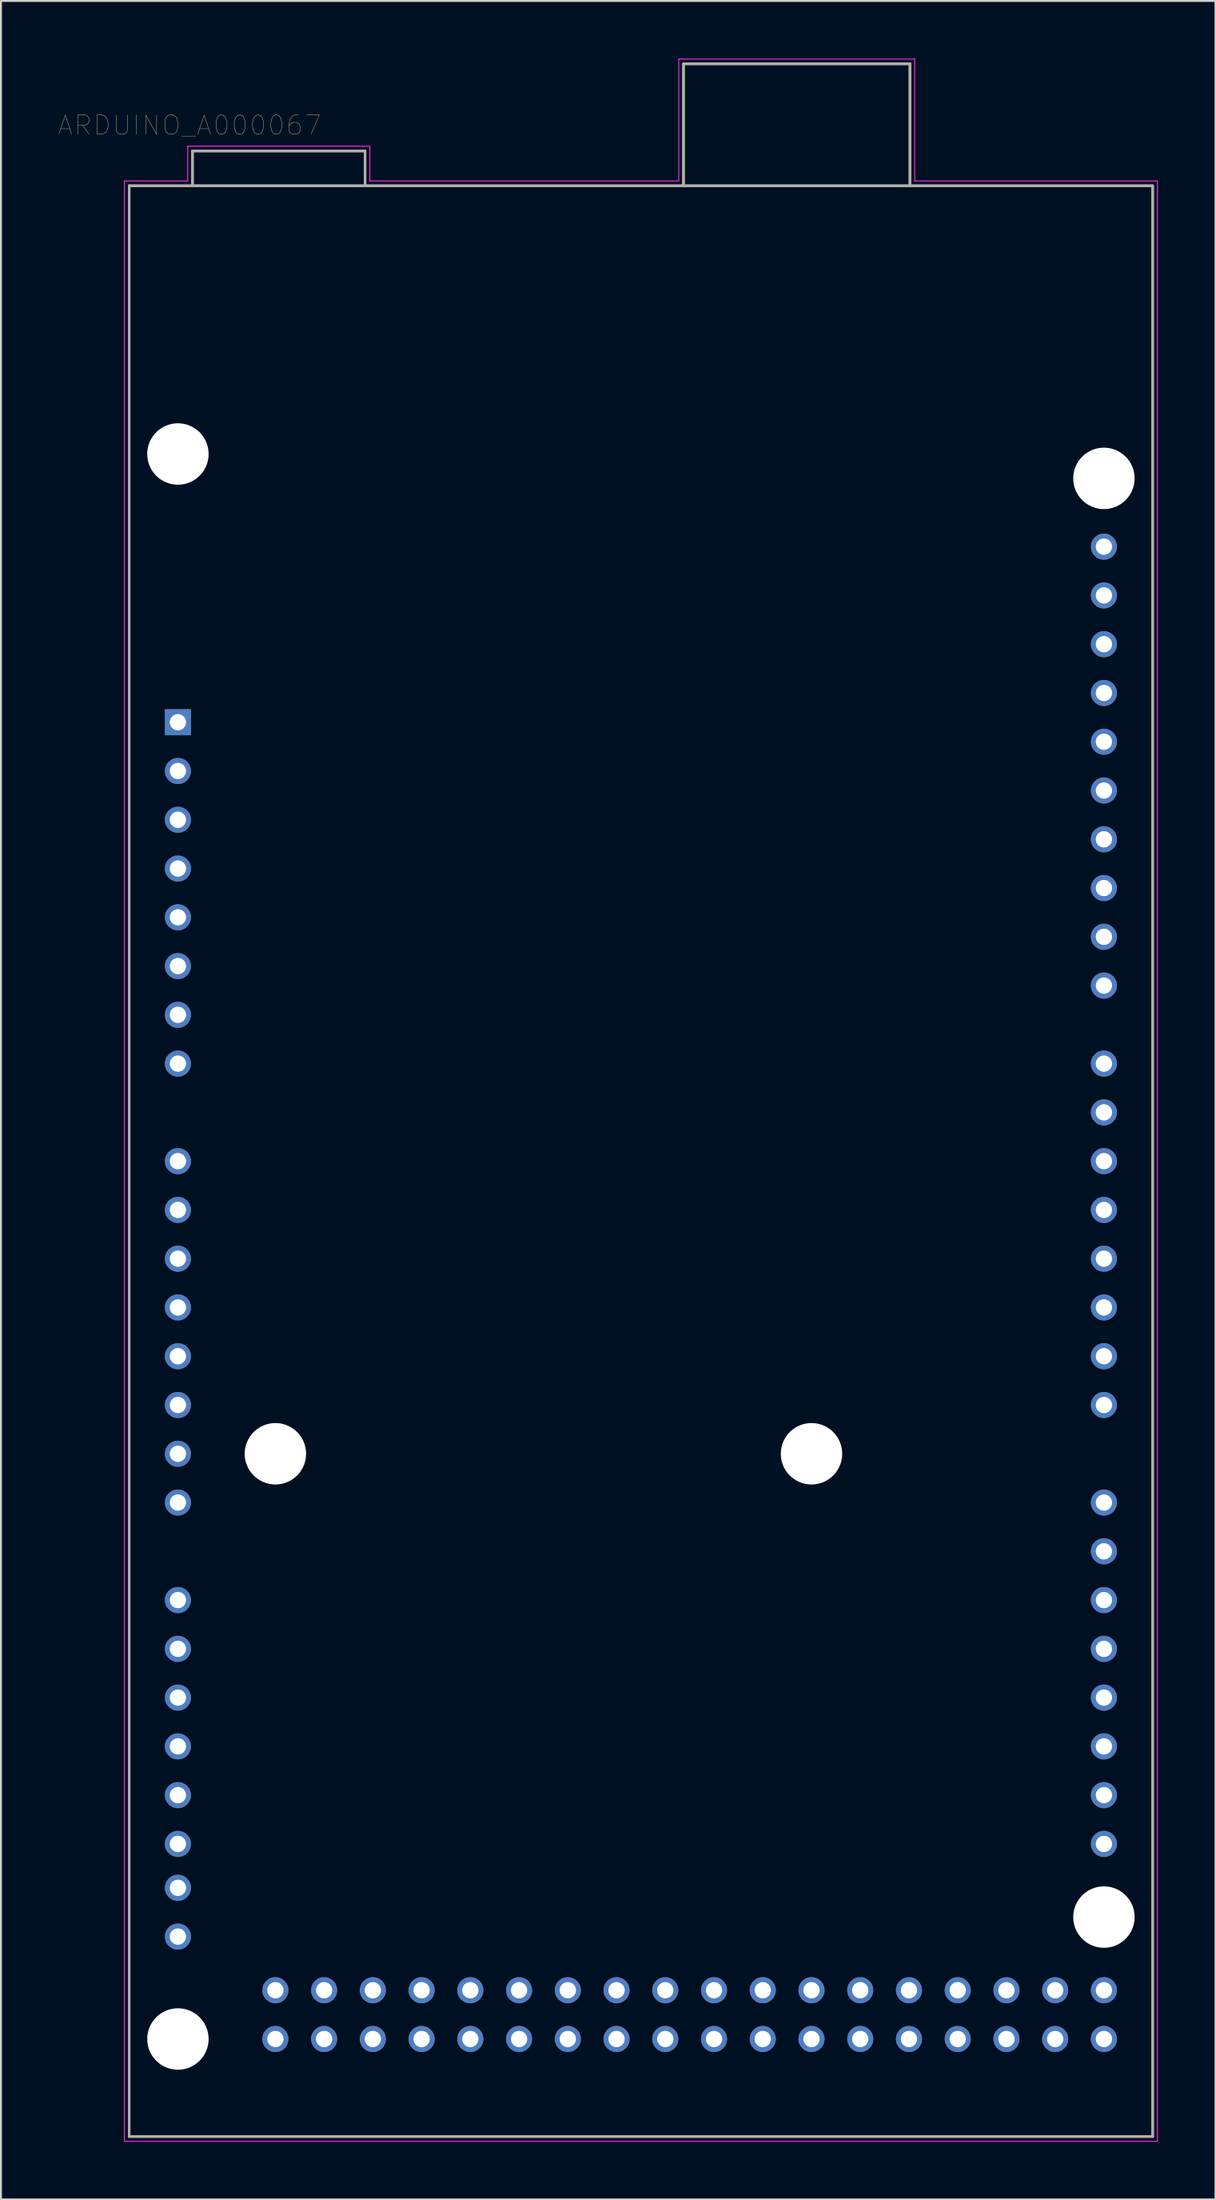
<source format=kicad_pcb>
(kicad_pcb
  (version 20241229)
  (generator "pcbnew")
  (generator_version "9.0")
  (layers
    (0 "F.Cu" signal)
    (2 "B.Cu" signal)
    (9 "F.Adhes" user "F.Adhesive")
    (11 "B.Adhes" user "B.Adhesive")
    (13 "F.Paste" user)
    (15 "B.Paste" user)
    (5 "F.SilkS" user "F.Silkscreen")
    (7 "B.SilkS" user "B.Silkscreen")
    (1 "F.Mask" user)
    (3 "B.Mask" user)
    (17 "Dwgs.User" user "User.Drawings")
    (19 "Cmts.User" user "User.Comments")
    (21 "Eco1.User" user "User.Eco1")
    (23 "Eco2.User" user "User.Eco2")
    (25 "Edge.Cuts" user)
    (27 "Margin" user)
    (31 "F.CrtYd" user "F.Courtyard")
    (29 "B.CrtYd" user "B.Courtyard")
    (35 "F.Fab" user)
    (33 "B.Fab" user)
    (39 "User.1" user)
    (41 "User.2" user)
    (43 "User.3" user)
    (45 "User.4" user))
  (footprint "ARDUINO_A000067"
    (layer "F.Cu")
    (at 30.352 57.425)
    (property "Reference" "ARDUINO_A000067" (at -23.525 -53.945 0) (layer "F.SilkS") (effects (font (size 1 1) (thickness 0.015))))
    (attr through_hole)
    (fp_line (start -26.67 -50.8) (end -23.37 -50.8) (stroke (width 0.127) (type solid)) (layer "F.SilkS"))
    (fp_line (start -26.67 50.8) (end -26.67 -50.8) (stroke (width 0.127) (type solid)) (layer "F.SilkS"))
    (fp_line (start -23.37 -52.61) (end -14.378 -52.61) (stroke (width 0.127) (type solid)) (layer "F.SilkS"))
    (fp_line (start -23.37 -50.8) (end -23.37 -52.61) (stroke (width 0.127) (type solid)) (layer "F.SilkS"))
    (fp_line (start -23.37 -50.8) (end -14.378 -50.8) (stroke (width 0.127) (type solid)) (layer "F.SilkS"))
    (fp_line (start -14.378 -52.61) (end -14.378 -50.8) (stroke (width 0.127) (type solid)) (layer "F.SilkS"))
    (fp_line (start -14.378 -50.8) (end 2.22 -50.8) (stroke (width 0.127) (type solid)) (layer "F.SilkS"))
    (fp_line (start 2.22 -57.15) (end 2.22 -50.8) (stroke (width 0.127) (type solid)) (layer "F.SilkS"))
    (fp_line (start 2.22 -50.8) (end 14.02 -50.8) (stroke (width 0.127) (type solid)) (layer "F.SilkS"))
    (fp_line (start 14.02 -57.15) (end 2.22 -57.15) (stroke (width 0.127) (type solid)) (layer "F.SilkS"))
    (fp_line (start 14.02 -50.8) (end 14.02 -57.15) (stroke (width 0.127) (type solid)) (layer "F.SilkS"))
    (fp_line (start 14.02 -50.8) (end 26.67 -50.8) (stroke (width 0.127) (type solid)) (layer "F.SilkS"))
    (fp_line (start 26.67 -50.8) (end 26.67 50.8) (stroke (width 0.127) (type solid)) (layer "F.SilkS"))
    (fp_line (start 26.67 50.8) (end -26.67 50.8) (stroke (width 0.127) (type solid)) (layer "F.SilkS"))
    (fp_line (start -26.92 -51.05) (end -23.62 -51.05) (stroke (width 0.05) (type solid)) (layer "F.CrtYd"))
    (fp_line (start -26.92 51.05) (end -26.92 -51.05) (stroke (width 0.05) (type solid)) (layer "F.CrtYd"))
    (fp_line (start -23.62 -52.86) (end -14.128 -52.86) (stroke (width 0.05) (type solid)) (layer "F.CrtYd"))
    (fp_line (start -23.62 -51.05) (end -23.62 -52.86) (stroke (width 0.05) (type solid)) (layer "F.CrtYd"))
    (fp_line (start -14.128 -52.86) (end -14.128 -51.05) (stroke (width 0.05) (type solid)) (layer "F.CrtYd"))
    (fp_line (start -14.128 -51.05) (end 1.97 -51.05) (stroke (width 0.05) (type solid)) (layer "F.CrtYd"))
    (fp_line (start 1.97 -57.4) (end 14.27 -57.4) (stroke (width 0.05) (type solid)) (layer "F.CrtYd"))
    (fp_line (start 1.97 -51.05) (end 1.97 -57.4) (stroke (width 0.05) (type solid)) (layer "F.CrtYd"))
    (fp_line (start 14.27 -57.4) (end 14.27 -51.05) (stroke (width 0.05) (type solid)) (layer "F.CrtYd"))
    (fp_line (start 14.27 -51.05) (end 26.92 -51.05) (stroke (width 0.05) (type solid)) (layer "F.CrtYd"))
    (fp_line (start 26.92 -51.05) (end 26.92 51.05) (stroke (width 0.05) (type solid)) (layer "F.CrtYd"))
    (fp_line (start 26.92 51.05) (end -26.92 51.05) (stroke (width 0.05) (type solid)) (layer "F.CrtYd"))
    (fp_line (start -26.67 -50.8) (end -23.37 -50.8) (stroke (width 0.127) (type solid)) (layer "F.Fab"))
    (fp_line (start -26.67 50.8) (end -26.67 -50.8) (stroke (width 0.127) (type solid)) (layer "F.Fab"))
    (fp_line (start -23.37 -52.61) (end -14.378 -52.61) (stroke (width 0.127) (type solid)) (layer "F.Fab"))
    (fp_line (start -23.37 -50.8) (end -23.37 -52.61) (stroke (width 0.127) (type solid)) (layer "F.Fab"))
    (fp_line (start -23.37 -50.8) (end -14.378 -50.8) (stroke (width 0.127) (type solid)) (layer "F.Fab"))
    (fp_line (start -14.378 -52.61) (end -14.378 -50.8) (stroke (width 0.127) (type solid)) (layer "F.Fab"))
    (fp_line (start -14.378 -50.8) (end 2.22 -50.8) (stroke (width 0.127) (type solid)) (layer "F.Fab"))
    (fp_line (start 2.22 -57.15) (end 2.22 -50.8) (stroke (width 0.127) (type solid)) (layer "F.Fab"))
    (fp_line (start 2.22 -50.8) (end 14.02 -50.8) (stroke (width 0.127) (type solid)) (layer "F.Fab"))
    (fp_line (start 14.02 -57.15) (end 2.22 -57.15) (stroke (width 0.127) (type solid)) (layer "F.Fab"))
    (fp_line (start 14.02 -50.8) (end 14.02 -57.15) (stroke (width 0.127) (type solid)) (layer "F.Fab"))
    (fp_line (start 14.02 -50.8) (end 26.67 -50.8) (stroke (width 0.127) (type solid)) (layer "F.Fab"))
    (fp_line (start 26.67 -50.8) (end 26.67 50.8) (stroke (width 0.127) (type solid)) (layer "F.Fab"))
    (fp_line (start 26.67 50.8) (end -26.67 50.8) (stroke (width 0.127) (type solid)) (layer "F.Fab"))
    (pad "" np_thru_hole circle (at -24.13 -36.83) (size 3.2 3.2) (drill 3.2) (layers "*.Cu" "*.Mask"))
    (pad "" np_thru_hole circle (at -24.13 45.72) (size 3.2 3.2) (drill 3.2) (layers "*.Cu" "*.Mask"))
    (pad "" np_thru_hole circle (at -19.05 15.24) (size 3.2 3.2) (drill 3.2) (layers "*.Cu" "*.Mask"))
    (pad "" np_thru_hole circle (at 8.89 15.24) (size 3.2 3.2) (drill 3.2) (layers "*.Cu" "*.Mask"))
    (pad "" np_thru_hole circle (at 24.13 -35.56) (size 3.2 3.2) (drill 3.2) (layers "*.Cu" "*.Mask"))
    (pad "" np_thru_hole circle (at 24.13 39.37) (size 3.2 3.2) (drill 3.2) (layers "*.Cu" "*.Mask"))
    (pad "0" thru_hole circle (at 24.13 12.7) (size 1.358 1.358) (drill 0.85) (layers "*.Cu" "*.Mask"))
    (pad "1" thru_hole circle (at 24.13 10.16) (size 1.358 1.358) (drill 0.85) (layers "*.Cu" "*.Mask"))
    (pad "2" thru_hole circle (at 24.13 7.62) (size 1.358 1.358) (drill 0.85) (layers "*.Cu" "*.Mask"))
    (pad "3" thru_hole circle (at 24.13 5.08) (size 1.358 1.358) (drill 0.85) (layers "*.Cu" "*.Mask"))
    (pad "3V3" thru_hole circle (at -24.13 -15.24) (size 1.358 1.358) (drill 0.85) (layers "*.Cu" "*.Mask"))
    (pad "4" thru_hole circle (at 24.13 2.54) (size 1.358 1.358) (drill 0.85) (layers "*.Cu" "*.Mask"))
    (pad "5" thru_hole circle (at 24.13 0) (size 1.358 1.358) (drill 0.85) (layers "*.Cu" "*.Mask"))
    (pad "5V_1" thru_hole circle (at -24.13 -12.7) (size 1.358 1.358) (drill 0.85) (layers "*.Cu" "*.Mask"))
    (pad "5V_2" thru_hole circle (at 24.13 43.18) (size 1.358 1.358) (drill 0.85) (layers "*.Cu" "*.Mask"))
    (pad "5V_3" thru_hole circle (at 24.13 45.72) (size 1.358 1.358) (drill 0.85) (layers "*.Cu" "*.Mask"))
    (pad "6" thru_hole circle (at 24.13 -2.54) (size 1.358 1.358) (drill 0.85) (layers "*.Cu" "*.Mask"))
    (pad "7" thru_hole circle (at 24.13 -5.08) (size 1.358 1.358) (drill 0.85) (layers "*.Cu" "*.Mask"))
    (pad "8" thru_hole circle (at 24.13 -9.144) (size 1.358 1.358) (drill 0.85) (layers "*.Cu" "*.Mask"))
    (pad "9" thru_hole circle (at 24.13 -11.684) (size 1.358 1.358) (drill 0.85) (layers "*.Cu" "*.Mask"))
    (pad "10" thru_hole circle (at 24.13 -14.224) (size 1.358 1.358) (drill 0.85) (layers "*.Cu" "*.Mask"))
    (pad "11" thru_hole circle (at 24.13 -16.764) (size 1.358 1.358) (drill 0.85) (layers "*.Cu" "*.Mask"))
    (pad "12" thru_hole circle (at 24.13 -19.304) (size 1.358 1.358) (drill 0.85) (layers "*.Cu" "*.Mask"))
    (pad "13" thru_hole circle (at 24.13 -21.844) (size 1.358 1.358) (drill 0.85) (layers "*.Cu" "*.Mask"))
    (pad "14" thru_hole circle (at 24.13 17.78) (size 1.358 1.358) (drill 0.85) (layers "*.Cu" "*.Mask"))
    (pad "15" thru_hole circle (at 24.13 20.32) (size 1.358 1.358) (drill 0.85) (layers "*.Cu" "*.Mask"))
    (pad "16" thru_hole circle (at 24.13 22.86) (size 1.358 1.358) (drill 0.85) (layers "*.Cu" "*.Mask"))
    (pad "17" thru_hole circle (at 24.13 25.4) (size 1.358 1.358) (drill 0.85) (layers "*.Cu" "*.Mask"))
    (pad "18" thru_hole circle (at 24.13 27.94) (size 1.358 1.358) (drill 0.85) (layers "*.Cu" "*.Mask"))
    (pad "19" thru_hole circle (at 24.13 30.48) (size 1.358 1.358) (drill 0.85) (layers "*.Cu" "*.Mask"))
    (pad "20" thru_hole circle (at 24.13 33.02) (size 1.358 1.358) (drill 0.85) (layers "*.Cu" "*.Mask"))
    (pad "21" thru_hole circle (at 24.13 35.56) (size 1.358 1.358) (drill 0.85) (layers "*.Cu" "*.Mask"))
    (pad "22" thru_hole circle (at 21.59 43.18) (size 1.358 1.358) (drill 0.85) (layers "*.Cu" "*.Mask"))
    (pad "23" thru_hole circle (at 21.59 45.72) (size 1.358 1.358) (drill 0.85) (layers "*.Cu" "*.Mask"))
    (pad "24" thru_hole circle (at 19.05 43.18) (size 1.358 1.358) (drill 0.85) (layers "*.Cu" "*.Mask"))
    (pad "25" thru_hole circle (at 19.05 45.72) (size 1.358 1.358) (drill 0.85) (layers "*.Cu" "*.Mask"))
    (pad "26" thru_hole circle (at 16.51 43.18) (size 1.358 1.358) (drill 0.85) (layers "*.Cu" "*.Mask"))
    (pad "27" thru_hole circle (at 16.51 45.72) (size 1.358 1.358) (drill 0.85) (layers "*.Cu" "*.Mask"))
    (pad "28" thru_hole circle (at 13.97 43.18) (size 1.358 1.358) (drill 0.85) (layers "*.Cu" "*.Mask"))
    (pad "29" thru_hole circle (at 13.97 45.72) (size 1.358 1.358) (drill 0.85) (layers "*.Cu" "*.Mask"))
    (pad "30" thru_hole circle (at 11.43 43.18) (size 1.358 1.358) (drill 0.85) (layers "*.Cu" "*.Mask"))
    (pad "31" thru_hole circle (at 11.43 45.72) (size 1.358 1.358) (drill 0.85) (layers "*.Cu" "*.Mask"))
    (pad "32" thru_hole circle (at 8.89 43.18) (size 1.358 1.358) (drill 0.85) (layers "*.Cu" "*.Mask"))
    (pad "33" thru_hole circle (at 8.89 45.72) (size 1.358 1.358) (drill 0.85) (layers "*.Cu" "*.Mask"))
    (pad "34" thru_hole circle (at 6.35 43.18) (size 1.358 1.358) (drill 0.85) (layers "*.Cu" "*.Mask"))
    (pad "35" thru_hole circle (at 6.35 45.72) (size 1.358 1.358) (drill 0.85) (layers "*.Cu" "*.Mask"))
    (pad "36" thru_hole circle (at 3.81 43.18) (size 1.358 1.358) (drill 0.85) (layers "*.Cu" "*.Mask"))
    (pad "37" thru_hole circle (at 3.81 45.72) (size 1.358 1.358) (drill 0.85) (layers "*.Cu" "*.Mask"))
    (pad "38" thru_hole circle (at 1.27 43.18) (size 1.358 1.358) (drill 0.85) (layers "*.Cu" "*.Mask"))
    (pad "39" thru_hole circle (at 1.27 45.72) (size 1.358 1.358) (drill 0.85) (layers "*.Cu" "*.Mask"))
    (pad "40" thru_hole circle (at -1.27 43.18) (size 1.358 1.358) (drill 0.85) (layers "*.Cu" "*.Mask"))
    (pad "41" thru_hole circle (at -1.27 45.72) (size 1.358 1.358) (drill 0.85) (layers "*.Cu" "*.Mask"))
    (pad "42" thru_hole circle (at -3.81 43.18) (size 1.358 1.358) (drill 0.85) (layers "*.Cu" "*.Mask"))
    (pad "43" thru_hole circle (at -3.81 45.72) (size 1.358 1.358) (drill 0.85) (layers "*.Cu" "*.Mask"))
    (pad "44" thru_hole circle (at -6.35 43.18) (size 1.358 1.358) (drill 0.85) (layers "*.Cu" "*.Mask"))
    (pad "45" thru_hole circle (at -6.35 45.72) (size 1.358 1.358) (drill 0.85) (layers "*.Cu" "*.Mask"))
    (pad "46" thru_hole circle (at -8.89 43.18) (size 1.358 1.358) (drill 0.85) (layers "*.Cu" "*.Mask"))
    (pad "47" thru_hole circle (at -8.89 45.72) (size 1.358 1.358) (drill 0.85) (layers "*.Cu" "*.Mask"))
    (pad "48" thru_hole circle (at -11.43 43.18) (size 1.358 1.358) (drill 0.85) (layers "*.Cu" "*.Mask"))
    (pad "49" thru_hole circle (at -11.43 45.72) (size 1.358 1.358) (drill 0.85) (layers "*.Cu" "*.Mask"))
    (pad "50" thru_hole circle (at -13.97 43.18) (size 1.358 1.358) (drill 0.85) (layers "*.Cu" "*.Mask"))
    (pad "51" thru_hole circle (at -13.97 45.72) (size 1.358 1.358) (drill 0.85) (layers "*.Cu" "*.Mask"))
    (pad "52" thru_hole circle (at -16.51 43.18) (size 1.358 1.358) (drill 0.85) (layers "*.Cu" "*.Mask"))
    (pad "53" thru_hole circle (at -16.51 45.72) (size 1.358 1.358) (drill 0.85) (layers "*.Cu" "*.Mask"))
    (pad "AD0" thru_hole circle (at -24.13 0) (size 1.358 1.358) (drill 0.85) (layers "*.Cu" "*.Mask"))
    (pad "AD1" thru_hole circle (at -24.13 2.54) (size 1.358 1.358) (drill 0.85) (layers "*.Cu" "*.Mask"))
    (pad "AD2" thru_hole circle (at -24.13 5.08) (size 1.358 1.358) (drill 0.85) (layers "*.Cu" "*.Mask"))
    (pad "AD3" thru_hole circle (at -24.13 7.62) (size 1.358 1.358) (drill 0.85) (layers "*.Cu" "*.Mask"))
    (pad "AD4" thru_hole circle (at -24.13 10.16) (size 1.358 1.358) (drill 0.85) (layers "*.Cu" "*.Mask"))
    (pad "AD5" thru_hole circle (at -24.13 12.7) (size 1.358 1.358) (drill 0.85) (layers "*.Cu" "*.Mask"))
    (pad "AD6" thru_hole circle (at -24.13 15.24) (size 1.358 1.358) (drill 0.85) (layers "*.Cu" "*.Mask"))
    (pad "AD7" thru_hole circle (at -24.13 17.78) (size 1.358 1.358) (drill 0.85) (layers "*.Cu" "*.Mask"))
    (pad "AD8" thru_hole circle (at -24.13 22.86) (size 1.358 1.358) (drill 0.85) (layers "*.Cu" "*.Mask"))
    (pad "AD9" thru_hole circle (at -24.13 25.4) (size 1.358 1.358) (drill 0.85) (layers "*.Cu" "*.Mask"))
    (pad "AD10" thru_hole circle (at -24.13 27.94) (size 1.358 1.358) (drill 0.85) (layers "*.Cu" "*.Mask"))
    (pad "AD11" thru_hole circle (at -24.13 30.48) (size 1.358 1.358) (drill 0.85) (layers "*.Cu" "*.Mask"))
    (pad "AD12" thru_hole circle (at -24.13 33.02) (size 1.358 1.358) (drill 0.85) (layers "*.Cu" "*.Mask"))
    (pad "AD13" thru_hole circle (at -24.13 35.56) (size 1.358 1.358) (drill 0.85) (layers "*.Cu" "*.Mask"))
    (pad "AD14" thru_hole circle (at -24.13 37.846) (size 1.358 1.358) (drill 0.85) (layers "*.Cu" "*.Mask"))
    (pad "AD15" thru_hole circle (at -24.13 40.386) (size 1.358 1.358) (drill 0.85) (layers "*.Cu" "*.Mask"))
    (pad "AREF" thru_hole circle (at 24.13 -26.924) (size 1.358 1.358) (drill 0.85) (layers "*.Cu" "*.Mask"))
    (pad "GND1" thru_hole circle (at -24.13 -10.16) (size 1.358 1.358) (drill 0.85) (layers "*.Cu" "*.Mask"))
    (pad "GND2" thru_hole circle (at -24.13 -7.62) (size 1.358 1.358) (drill 0.85) (layers "*.Cu" "*.Mask"))
    (pad "GND3" thru_hole circle (at 24.13 -24.384) (size 1.358 1.358) (drill 0.85) (layers "*.Cu" "*.Mask"))
    (pad "GND4" thru_hole circle (at -19.05 43.18) (size 1.358 1.358) (drill 0.85) (layers "*.Cu" "*.Mask"))
    (pad "GND5" thru_hole circle (at -19.05 45.72) (size 1.358 1.358) (drill 0.85) (layers "*.Cu" "*.Mask"))
    (pad "IOREF" thru_hole circle (at -24.13 -20.32) (size 1.358 1.358) (drill 0.85) (layers "*.Cu" "*.Mask"))
    (pad "NC" thru_hole rect (at -24.13 -22.86) (size 1.358 1.358) (drill 0.85) (layers "*.Cu" "*.Mask"))
    (pad "RESET" thru_hole circle (at -24.13 -17.78) (size 1.358 1.358) (drill 0.85) (layers "*.Cu" "*.Mask"))
    (pad "SCL" thru_hole circle (at 24.13 -32.004) (size 1.358 1.358) (drill 0.85) (layers "*.Cu" "*.Mask"))
    (pad "SDA" thru_hole circle (at 24.13 -29.464) (size 1.358 1.358) (drill 0.85) (layers "*.Cu" "*.Mask"))
    (pad "VIN" thru_hole circle (at -24.13 -5.08) (size 1.358 1.358) (drill 0.85) (layers "*.Cu" "*.Mask")))
  (gr_rect
    (start -3 -3)
    (end 60.297 111.5)
    (stroke (width 0.1) (type default))
    (fill no)
    (layer "Edge.Cuts")))
</source>
